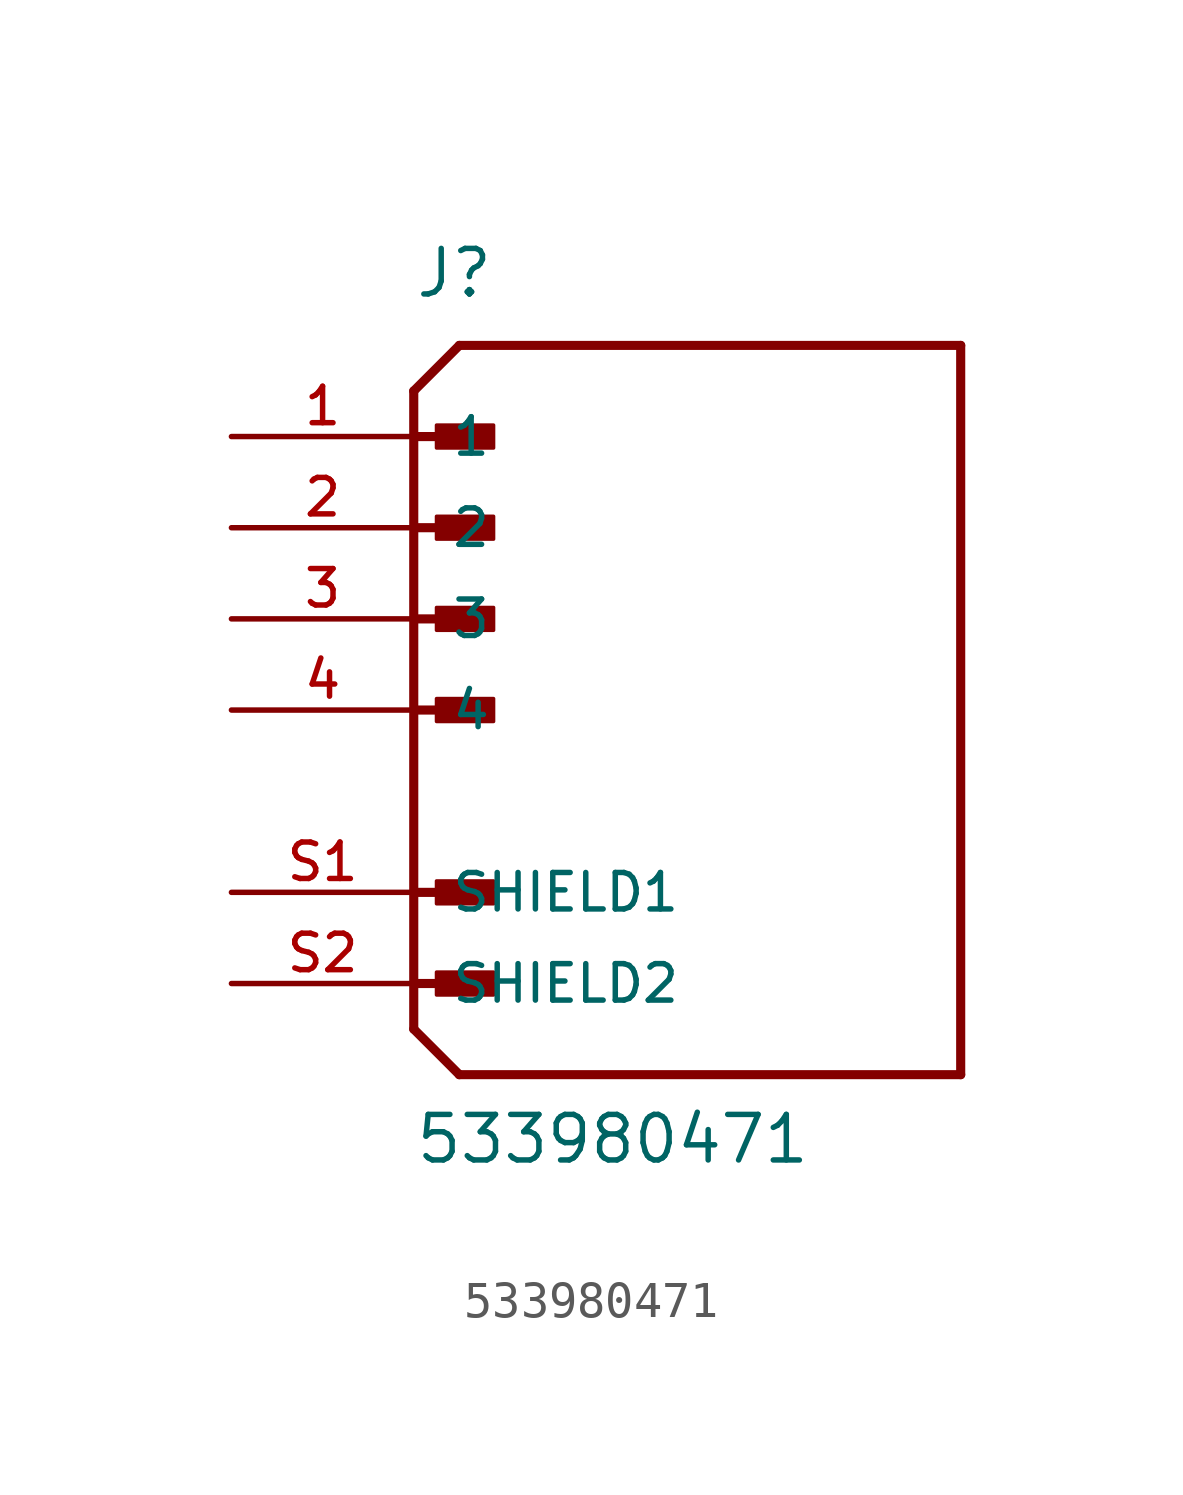
<source format=kicad_sym>
(kicad_symbol_lib
  (version 20211014)
  (generator kicad_symbol_editor)
  (symbol "533980471"
    (pin_names
      (offset 1.016))
    (property "Reference" "J"
      (at -7.62 11.43 0)
      (effects (font (size 1.27 1.27)) (justify bottom left)))
    (property "Value" "533980471"
      (at -7.62 -12.7 0)
      (effects (font (size 1.27 1.27)) (justify bottom left)))
    (symbol "533980471_0_0"
      (polyline (pts (xy -7.62 8.89) (xy -6.35 10.16)) (stroke (width 0.254)))
      (polyline (pts (xy -7.62 8.89) (xy -7.62 -8.89)) (stroke (width 0.254)))
      (polyline (pts (xy -7.62 -8.89) (xy -6.35 -10.16)) (stroke (width 0.254)))
      (polyline (pts (xy -6.35 -10.16) (xy 7.62 -10.16)) (stroke (width 0.254)))
      (polyline (pts (xy 7.62 -10.16) (xy 7.62 10.16)) (stroke (width 0.254)))
      (polyline (pts (xy 7.62 10.16) (xy -6.35 10.16)) (stroke (width 0.254)))
      (rectangle (start -6.985 7.303) (end -5.397 7.938) (stroke (width 0.1)) (fill (type outline)))
      (polyline (pts (xy -7.62 5.08) (xy -5.715 5.08)) (stroke (width 0.254)))
      (rectangle (start -6.985 4.763) (end -5.397 5.397) (stroke (width 0.1)) (fill (type outline)))
      (polyline (pts (xy -7.62 2.54) (xy -5.715 2.54)) (stroke (width 0.254)))
      (rectangle (start -6.985 2.223) (end -5.397 2.857) (stroke (width 0.1)) (fill (type outline)))
      (polyline (pts (xy -7.62 0.0) (xy -5.715 0.0)) (stroke (width 0.254)))
      (rectangle (start -6.985 -0.318) (end -5.397 0.318) (stroke (width 0.1)) (fill (type outline)))
      (polyline (pts (xy -7.62 7.62) (xy -5.715 7.62)) (stroke (width 0.254)))
      (polyline (pts (xy -7.62 -5.08) (xy -5.715 -5.08)) (stroke (width 0.254)))
      (rectangle (start -6.985 -5.397) (end -5.397 -4.763) (stroke (width 0.1)) (fill (type outline)))
      (polyline (pts (xy -7.62 -7.62) (xy -5.715 -7.62)) (stroke (width 0.254)))
      (rectangle (start -6.985 -7.938) (end -5.397 -7.303) (stroke (width 0.1)) (fill (type outline)))
      (pin passive line (at -12.7 7.62 0) (length 5.08) (name "1" (effects (font (size 1.016 1.016)))) (number "1" (effects (font (size 1.016 1.016)))))
      (pin passive line (at -12.7 5.08 0) (length 5.08) (name "2" (effects (font (size 1.016 1.016)))) (number "2" (effects (font (size 1.016 1.016)))))
      (pin passive line (at -12.7 2.54 0) (length 5.08) (name "3" (effects (font (size 1.016 1.016)))) (number "3" (effects (font (size 1.016 1.016)))))
      (pin passive line (at -12.7 0.0 0) (length 5.08) (name "4" (effects (font (size 1.016 1.016)))) (number "4" (effects (font (size 1.016 1.016)))))
      (pin passive line (at -12.7 -5.08 0) (length 5.08) (name "SHIELD1" (effects (font (size 1.016 1.016)))) (number "S1" (effects (font (size 1.016 1.016)))))
      (pin passive line (at -12.7 -7.62 0) (length 5.08) (name "SHIELD2" (effects (font (size 1.016 1.016)))) (number "S2" (effects (font (size 1.016 1.016))))))))
</source>
